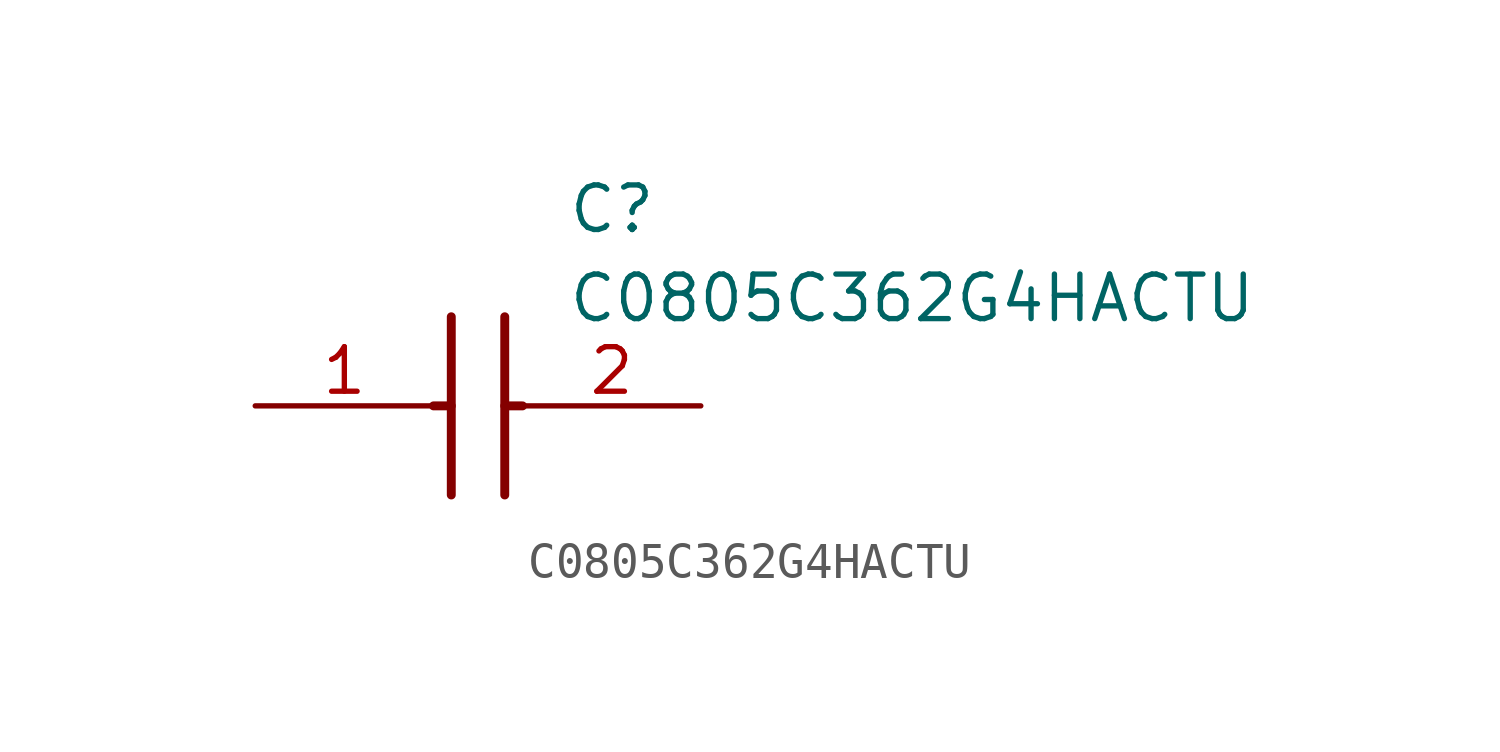
<source format=kicad_sym>
(kicad_symbol_lib
  (version 20211014)
  (generator SamacSys_ECAD_Model)
  (symbol "C0805C362G4HACTU"
    (pin_names hide)
    (property "Reference" "C"
      (at 8.89 6.35 0)
      (effects (font (size 1.27 1.27)) (justify left top)))
    (property "Value" "C0805C362G4HACTU"
      (at 8.89 3.81 0)
      (effects (font (size 1.27 1.27)) (justify left top)))
    (polyline
      (pts (xy 5.588 2.54) (xy 5.588 -2.54))
      (stroke (width 0.254) (type default))
      (fill (type none)))
    (polyline
      (pts (xy 7.112 2.54) (xy 7.112 -2.54))
      (stroke (width 0.254) (type default))
      (fill (type none)))
    (polyline
      (pts (xy 5.08 0) (xy 5.588 0))
      (stroke (width 0.254) (type default))
      (fill (type none)))
    (polyline
      (pts (xy 7.112 0) (xy 7.62 0))
      (stroke (width 0.254) (type default))
      (fill (type none)))
    (pin passive line
      (at 0 0 0)
      (length 5.08)
      (name "1" (effects (font (size 1.27 1.27))))
      (number "1" (effects (font (size 1.27 1.27)))))
    (pin passive line
      (at 12.7 0 180)
      (length 5.08)
      (name "2" (effects (font (size 1.27 1.27))))
      (number "2" (effects (font (size 1.27 1.27)))))))
</source>
